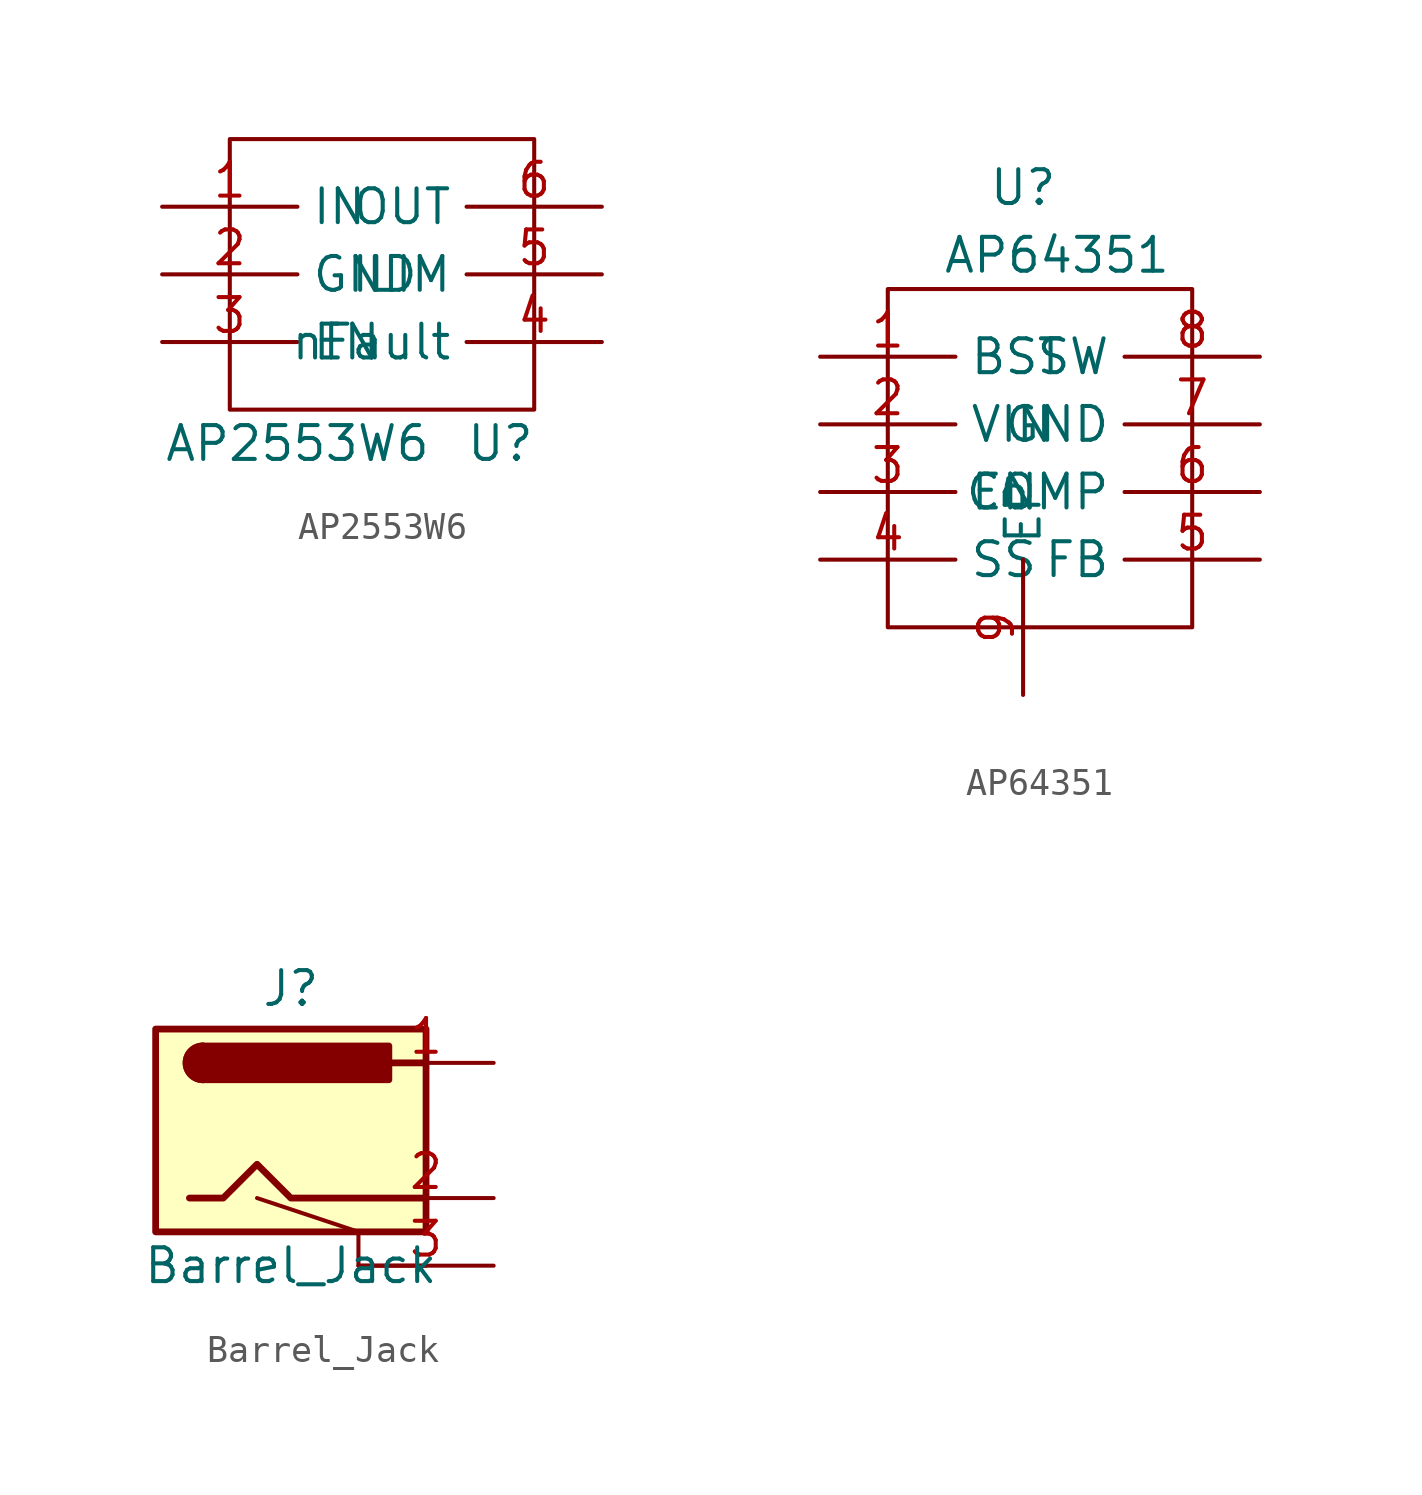
<source format=kicad_sym>
(kicad_symbol_lib
  (version 20231120)
  (generator "kicad_symbol_editor")
  (generator_version "8.0")
  (symbol "AP2553W6"
    (property "Reference" "U"
      (at 3.81 -6.35 0)
      (effects (font (size 1.27 1.27))))
    (property "Value" "AP2553W6"
      (at -3.81 -6.35 0)
      (effects (font (size 1.27 1.27))))
    (symbol "AP2553W6_0_0"
      (pin power_in line (at -8.89 2.54 0) (length 5.08) (name "IN" (effects (font (size 1.27 1.27)))) (number "1" (effects (font (size 1.27 1.27)))))
      (pin power_out line (at -8.89 0 0) (length 5.08) (name "GND" (effects (font (size 1.27 1.27)))) (number "2" (effects (font (size 1.27 1.27)))))
      (pin input line (at -8.89 -2.54 0) (length 5.08) (name "EN" (effects (font (size 1.27 1.27)))) (number "3" (effects (font (size 1.27 1.27)))))
      (pin open_collector line (at 7.62 -2.54 180) (length 5.08) (name "nFault" (effects (font (size 1.27 1.27)))) (number "4" (effects (font (size 1.27 1.27)))))
      (pin passive line (at 7.62 0 180) (length 5.08) (name "ILIM" (effects (font (size 1.27 1.27)))) (number "5" (effects (font (size 1.27 1.27)))))
      (pin power_out line (at 7.62 2.54 180) (length 5.08) (name "OUT" (effects (font (size 1.27 1.27)))) (number "6" (effects (font (size 1.27 1.27))))))
    (symbol "AP2553W6_0_1"
      (rectangle (start -6.35 5.08) (end 5.08 -5.08) (stroke (width 0) (type default)) (fill (type none)))))
  (symbol "AP64351"
    (property "Reference" "U"
      (at 0 8.89 0)
      (effects (font (size 1.27 1.27))))
    (property "Value" "AP64351"
      (at 1.27 6.35 0)
      (effects (font (size 1.27 1.27))))
    (symbol "AP64351_0_1"
      (rectangle (start -5.08 5.08) (end 6.35 -7.62) (stroke (width 0) (type default)) (fill (type none))))
    (symbol "AP64351_1_1"
      (pin passive line (at -7.62 2.54 0) (length 5.08) (name "BST" (effects (font (size 1.27 1.27)))) (number "1" (effects (font (size 1.27 1.27)))))
      (pin power_in line (at -7.62 0 0) (length 5.08) (name "VIN" (effects (font (size 1.27 1.27)))) (number "2" (effects (font (size 1.27 1.27)))))
      (pin input line (at -7.62 -2.54 0) (length 5.08) (name "EN" (effects (font (size 1.27 1.27)))) (number "3" (effects (font (size 1.27 1.27)))))
      (pin input line (at -7.62 -5.08 0) (length 5.08) (name "SS" (effects (font (size 1.27 1.27)))) (number "4" (effects (font (size 1.27 1.27)))))
      (pin input line (at 8.89 -5.08 180) (length 5.08) (name "FB" (effects (font (size 1.27 1.27)))) (number "5" (effects (font (size 1.27 1.27)))))
      (pin input line (at 8.89 -2.54 180) (length 5.08) (name "COMP" (effects (font (size 1.27 1.27)))) (number "6" (effects (font (size 1.27 1.27)))))
      (pin power_in line (at 8.89 0 180) (length 5.08) (name "GND" (effects (font (size 1.27 1.27)))) (number "7" (effects (font (size 1.27 1.27)))))
      (pin output line (at 8.89 2.54 180) (length 5.08) (name "SW" (effects (font (size 1.27 1.27)))) (number "8" (effects (font (size 1.27 1.27)))))
      (pin passive line (at 0 -10.16 90) (length 5.08) (name "EP" (effects (font (size 1.27 1.27)))) (number "9" (effects (font (size 1.27 1.27)))))))
  (symbol "Barrel_Jack"
    (property "Reference" "J"
      (at 0 5.334 0)
      (effects (font (size 1.27 1.27))))
    (property "Value" "Barrel_Jack"
      (at 0 -5.08 0)
      (effects (font (size 1.27 1.27))))
    (symbol "Barrel_Jack_0_1"
      (rectangle (start -5.08 3.81) (end 5.08 -3.81) (stroke (width 0.254) (type default)) (fill (type background)))
      (arc (start -3.302 3.175) (mid -3.9342 2.54) (end -3.302 1.905) (stroke (width 0.254) (type default)) (fill (type none)))
      (arc (start -3.302 3.175) (mid -3.9342 2.54) (end -3.302 1.905) (stroke (width 0.254) (type default)) (fill (type outline)))
      (polyline (pts (xy 5.08 2.54) (xy 3.81 2.54)) (stroke (width 0.254) (type default)) (fill (type none)))
      (polyline (pts (xy 5.08 -5.08) (xy 2.54 -5.08) (xy 2.54 -3.81) (xy -1.27 -2.54)) (stroke (width 0) (type default)) (fill (type none)))
      (polyline (pts (xy -3.81 -2.54) (xy -2.54 -2.54) (xy -1.27 -1.27) (xy 0 -2.54) (xy 2.54 -2.54) (xy 5.08 -2.54)) (stroke (width 0.254) (type default)) (fill (type none)))
      (rectangle (start 3.683 3.175) (end -3.302 1.905) (stroke (width 0.254) (type default)) (fill (type outline))))
    (symbol "Barrel_Jack_1_1"
      (pin passive line (at 7.62 2.54 180) (length 5.08) (name "~" (effects (font (size 1.27 1.27)))) (number "1" (effects (font (size 1.27 1.27)))))
      (pin passive line (at 7.62 -2.54 180) (length 5.08) (name "~" (effects (font (size 1.27 1.27)))) (number "2" (effects (font (size 1.27 1.27)))))
      (pin passive line (at 7.62 -5.08 180) (length 5.08) (name "~" (effects (font (size 1.27 1.27)))) (number "3" (effects (font (size 1.27 1.27))))))))
</source>
